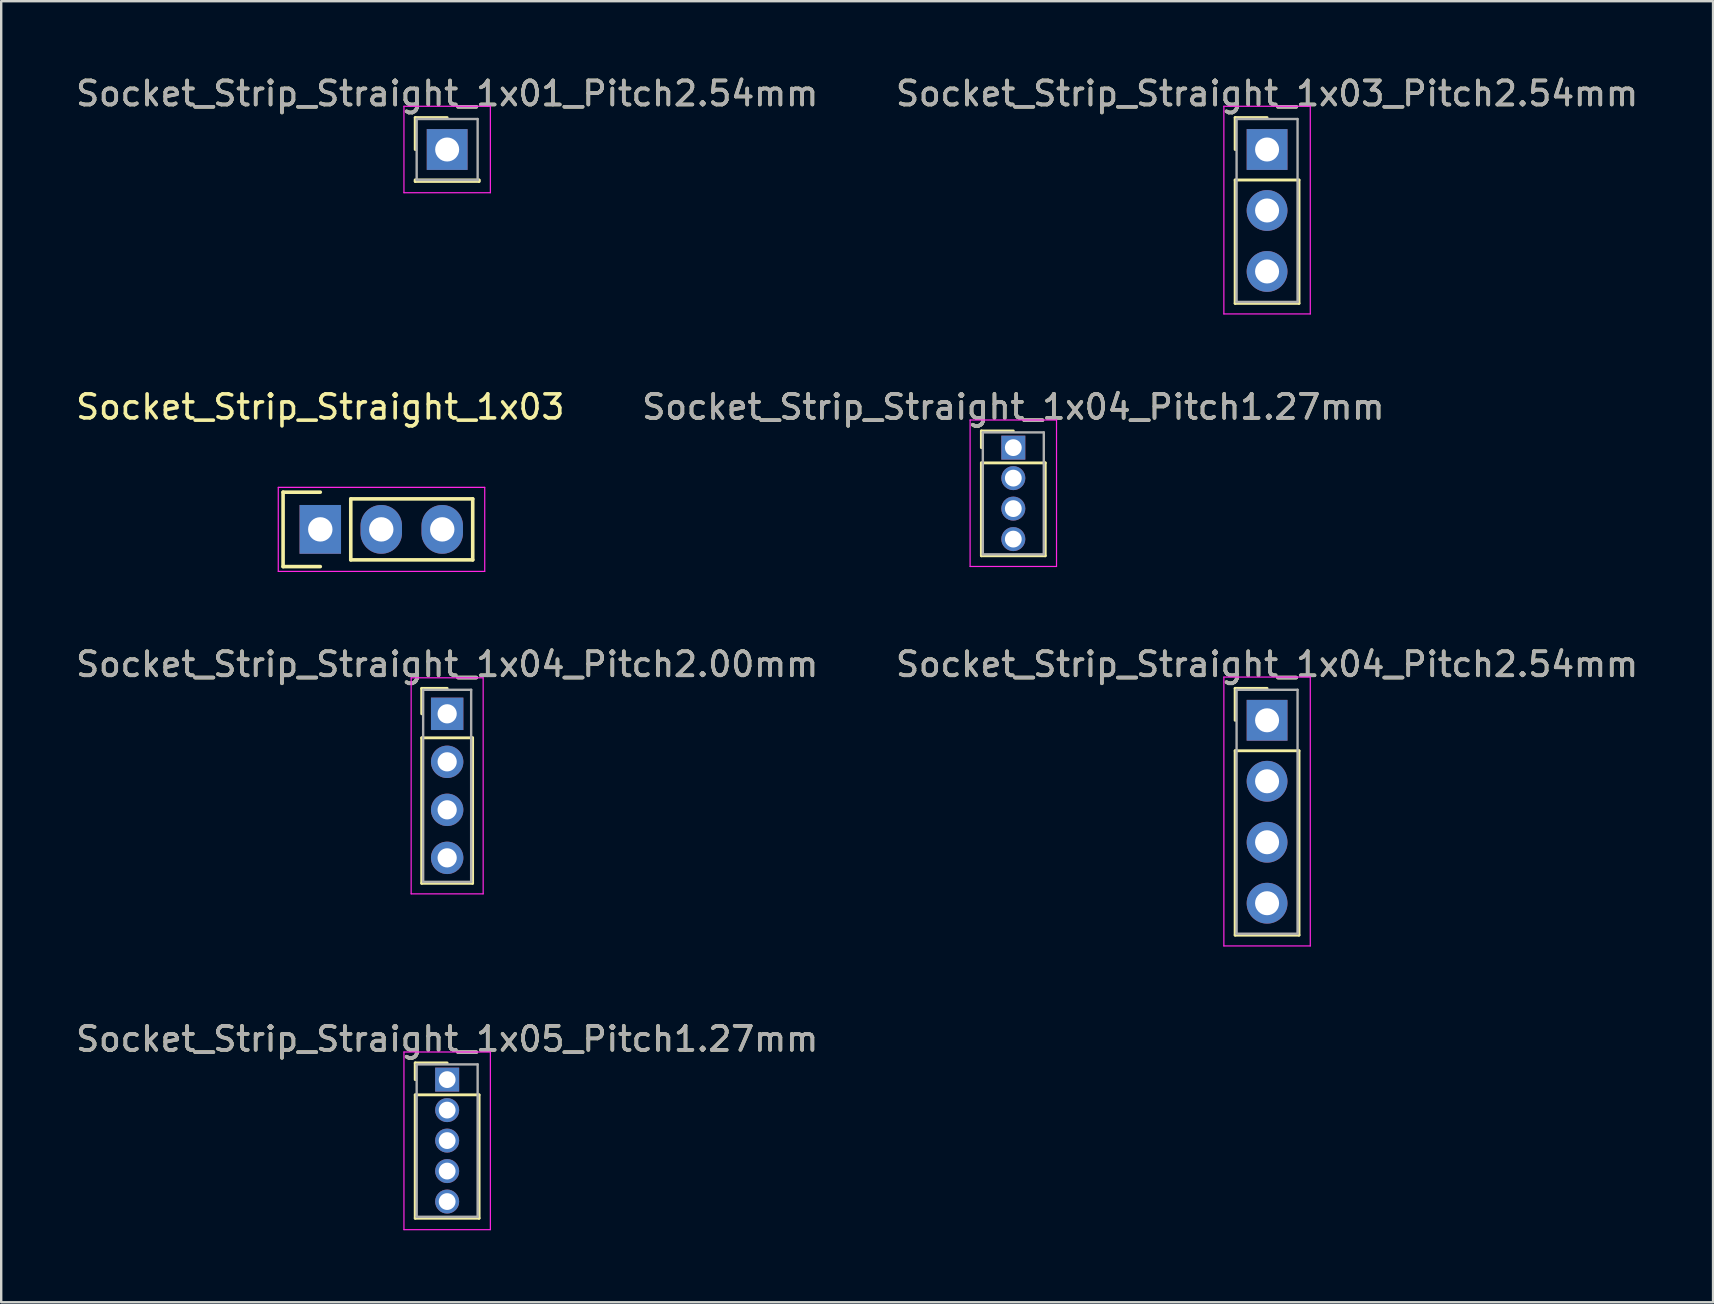
<source format=kicad_pcb>
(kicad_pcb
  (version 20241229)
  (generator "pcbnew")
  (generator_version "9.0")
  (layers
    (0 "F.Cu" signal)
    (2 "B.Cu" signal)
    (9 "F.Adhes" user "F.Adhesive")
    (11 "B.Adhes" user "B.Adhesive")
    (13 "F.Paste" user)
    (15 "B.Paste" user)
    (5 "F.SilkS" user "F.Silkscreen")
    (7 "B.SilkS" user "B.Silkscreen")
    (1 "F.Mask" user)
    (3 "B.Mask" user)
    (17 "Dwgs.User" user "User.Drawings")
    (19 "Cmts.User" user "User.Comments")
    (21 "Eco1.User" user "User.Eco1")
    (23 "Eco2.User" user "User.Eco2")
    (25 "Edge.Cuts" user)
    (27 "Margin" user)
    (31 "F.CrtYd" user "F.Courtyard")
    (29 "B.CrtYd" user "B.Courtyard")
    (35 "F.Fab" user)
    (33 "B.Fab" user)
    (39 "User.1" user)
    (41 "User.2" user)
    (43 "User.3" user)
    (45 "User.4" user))
  (footprint "Socket_Strip_Straight_1x04_Pitch2.54mm"
    (layer "F.Cu")
    (at 49.732 26.955)
    (property "Reference" "Socket_Strip_Straight_1x04_Pitch2.54mm" (at 0 -2.33 0) (layer "F.SilkS") (effects (font (size 1 1) (thickness 0.15))))
    (attr through_hole)
    (fp_line (start -1.33 -1.33) (end 0 -1.33) (stroke (width 0.12) (type solid)) (layer "F.SilkS"))
    (fp_line (start -1.33 0) (end -1.33 -1.33) (stroke (width 0.12) (type solid)) (layer "F.SilkS"))
    (fp_line (start -1.33 1.27) (end -1.33 8.95) (stroke (width 0.12) (type solid)) (layer "F.SilkS"))
    (fp_line (start -1.33 8.95) (end 1.33 8.95) (stroke (width 0.12) (type solid)) (layer "F.SilkS"))
    (fp_line (start 1.33 1.27) (end -1.33 1.27) (stroke (width 0.12) (type solid)) (layer "F.SilkS"))
    (fp_line (start 1.33 8.95) (end 1.33 1.27) (stroke (width 0.12) (type solid)) (layer "F.SilkS"))
    (fp_line (start -1.8 -1.8) (end -1.8 9.4) (stroke (width 0.05) (type solid)) (layer "F.CrtYd"))
    (fp_line (start -1.8 9.4) (end 1.8 9.4) (stroke (width 0.05) (type solid)) (layer "F.CrtYd"))
    (fp_line (start 1.8 -1.8) (end -1.8 -1.8) (stroke (width 0.05) (type solid)) (layer "F.CrtYd"))
    (fp_line (start 1.8 9.4) (end 1.8 -1.8) (stroke (width 0.05) (type solid)) (layer "F.CrtYd"))
    (fp_line (start -1.27 -1.27) (end -1.27 8.89) (stroke (width 0.1) (type solid)) (layer "F.Fab"))
    (fp_line (start -1.27 8.89) (end 1.27 8.89) (stroke (width 0.1) (type solid)) (layer "F.Fab"))
    (fp_line (start 1.27 -1.27) (end -1.27 -1.27) (stroke (width 0.1) (type solid)) (layer "F.Fab"))
    (fp_line (start 1.27 8.89) (end 1.27 -1.27) (stroke (width 0.1) (type solid)) (layer "F.Fab"))
    (fp_text user "${REFERENCE}" (at 0 -2.33 0) (layer "F.Fab") (effects (font (size 1 1) (thickness 0.15))))
    (pad "1" thru_hole rect (at 0 0) (size 1.7 1.7) (drill 1) (layers "*.Cu" "*.Mask"))
    (pad "2" thru_hole oval (at 0 2.54) (size 1.7 1.7) (drill 1) (layers "*.Cu" "*.Mask"))
    (pad "3" thru_hole oval (at 0 5.08) (size 1.7 1.7) (drill 1) (layers "*.Cu" "*.Mask"))
    (pad "4" thru_hole oval (at 0 7.62) (size 1.7 1.7) (drill 1) (layers "*.Cu" "*.Mask")))
  (footprint "Socket_Strip_Straight_1x03"
    (layer "F.Cu")
    (at 10.292 19.002)
    (property "Reference" "Socket_Strip_Straight_1x03" (at 0 -5.1 0) (layer "F.SilkS") (effects (font (size 1 1) (thickness 0.15))))
    (attr through_hole)
    (fp_line (start -1.55 -1.55) (end -1.55 1.55) (stroke (width 0.15) (type solid)) (layer "F.SilkS"))
    (fp_line (start -1.55 1.55) (end 0 1.55) (stroke (width 0.15) (type solid)) (layer "F.SilkS"))
    (fp_line (start 0 -1.55) (end -1.55 -1.55) (stroke (width 0.15) (type solid)) (layer "F.SilkS"))
    (fp_line (start 1.27 -1.27) (end 6.35 -1.27) (stroke (width 0.15) (type solid)) (layer "F.SilkS"))
    (fp_line (start 1.27 1.27) (end 1.27 -1.27) (stroke (width 0.15) (type solid)) (layer "F.SilkS"))
    (fp_line (start 6.35 -1.27) (end 6.35 1.27) (stroke (width 0.15) (type solid)) (layer "F.SilkS"))
    (fp_line (start 6.35 1.27) (end 1.27 1.27) (stroke (width 0.15) (type solid)) (layer "F.SilkS"))
    (fp_line (start -1.75 -1.75) (end -1.75 1.75) (stroke (width 0.05) (type solid)) (layer "F.CrtYd"))
    (fp_line (start -1.75 -1.75) (end 6.85 -1.75) (stroke (width 0.05) (type solid)) (layer "F.CrtYd"))
    (fp_line (start -1.75 1.75) (end 6.85 1.75) (stroke (width 0.05) (type solid)) (layer "F.CrtYd"))
    (fp_line (start 6.85 -1.75) (end 6.85 1.75) (stroke (width 0.05) (type solid)) (layer "F.CrtYd"))
    (pad "1" thru_hole rect (at 0 0) (size 1.727 2.032) (drill 1.016) (layers "*.Cu" "*.Mask"))
    (pad "2" thru_hole oval (at 2.54 0) (size 1.727 2.032) (drill 1.016) (layers "*.Cu" "*.Mask"))
    (pad "3" thru_hole oval (at 5.08 0) (size 1.727 2.032) (drill 1.016) (layers "*.Cu" "*.Mask")))
  (footprint "Socket_Strip_Straight_1x05_Pitch1.27mm"
    (layer "F.Cu")
    (at 15.577 41.923)
    (property "Reference" "Socket_Strip_Straight_1x05_Pitch1.27mm" (at 0 -1.695 0) (layer "F.SilkS") (effects (font (size 1 1) (thickness 0.15))))
    (attr through_hole)
    (fp_line (start -1.33 -0.695) (end 0 -0.695) (stroke (width 0.12) (type solid)) (layer "F.SilkS"))
    (fp_line (start -1.33 0) (end -1.33 -0.695) (stroke (width 0.12) (type solid)) (layer "F.SilkS"))
    (fp_line (start -1.33 0.635) (end -1.33 5.775) (stroke (width 0.12) (type solid)) (layer "F.SilkS"))
    (fp_line (start -1.33 5.775) (end 1.33 5.775) (stroke (width 0.12) (type solid)) (layer "F.SilkS"))
    (fp_line (start 1.33 0.635) (end -1.33 0.635) (stroke (width 0.12) (type solid)) (layer "F.SilkS"))
    (fp_line (start 1.33 5.775) (end 1.33 0.635) (stroke (width 0.12) (type solid)) (layer "F.SilkS"))
    (fp_line (start -1.8 -1.15) (end -1.8 6.25) (stroke (width 0.05) (type solid)) (layer "F.CrtYd"))
    (fp_line (start -1.8 6.25) (end 1.8 6.25) (stroke (width 0.05) (type solid)) (layer "F.CrtYd"))
    (fp_line (start 1.8 -1.15) (end -1.8 -1.15) (stroke (width 0.05) (type solid)) (layer "F.CrtYd"))
    (fp_line (start 1.8 6.25) (end 1.8 -1.15) (stroke (width 0.05) (type solid)) (layer "F.CrtYd"))
    (fp_line (start -1.27 -0.635) (end -1.27 5.715) (stroke (width 0.1) (type solid)) (layer "F.Fab"))
    (fp_line (start -1.27 5.715) (end 1.27 5.715) (stroke (width 0.1) (type solid)) (layer "F.Fab"))
    (fp_line (start 1.27 -0.635) (end -1.27 -0.635) (stroke (width 0.1) (type solid)) (layer "F.Fab"))
    (fp_line (start 1.27 5.715) (end 1.27 -0.635) (stroke (width 0.1) (type solid)) (layer "F.Fab"))
    (fp_text user "${REFERENCE}" (at 0 -1.695 0) (layer "F.Fab") (effects (font (size 1 1) (thickness 0.15))))
    (pad "1" thru_hole rect (at 0 0) (size 1 1) (drill 0.7) (layers "*.Cu" "*.Mask"))
    (pad "2" thru_hole oval (at 0 1.27) (size 1 1) (drill 0.7) (layers "*.Cu" "*.Mask"))
    (pad "3" thru_hole oval (at 0 2.54) (size 1 1) (drill 0.7) (layers "*.Cu" "*.Mask"))
    (pad "4" thru_hole oval (at 0 3.81) (size 1 1) (drill 0.7) (layers "*.Cu" "*.Mask"))
    (pad "5" thru_hole oval (at 0 5.08) (size 1 1) (drill 0.7) (layers "*.Cu" "*.Mask")))
  (footprint "Socket_Strip_Straight_1x04_Pitch1.27mm"
    (layer "F.Cu")
    (at 39.161 15.597)
    (property "Reference" "Socket_Strip_Straight_1x04_Pitch1.27mm" (at 0 -1.695 0) (layer "F.SilkS") (effects (font (size 1 1) (thickness 0.15))))
    (attr through_hole)
    (fp_line (start -1.33 -0.695) (end 0 -0.695) (stroke (width 0.12) (type solid)) (layer "F.SilkS"))
    (fp_line (start -1.33 0) (end -1.33 -0.695) (stroke (width 0.12) (type solid)) (layer "F.SilkS"))
    (fp_line (start -1.33 0.635) (end -1.33 4.505) (stroke (width 0.12) (type solid)) (layer "F.SilkS"))
    (fp_line (start -1.33 4.505) (end 1.33 4.505) (stroke (width 0.12) (type solid)) (layer "F.SilkS"))
    (fp_line (start 1.33 0.635) (end -1.33 0.635) (stroke (width 0.12) (type solid)) (layer "F.SilkS"))
    (fp_line (start 1.33 4.505) (end 1.33 0.635) (stroke (width 0.12) (type solid)) (layer "F.SilkS"))
    (fp_line (start -1.8 -1.15) (end -1.8 4.95) (stroke (width 0.05) (type solid)) (layer "F.CrtYd"))
    (fp_line (start -1.8 4.95) (end 1.8 4.95) (stroke (width 0.05) (type solid)) (layer "F.CrtYd"))
    (fp_line (start 1.8 -1.15) (end -1.8 -1.15) (stroke (width 0.05) (type solid)) (layer "F.CrtYd"))
    (fp_line (start 1.8 4.95) (end 1.8 -1.15) (stroke (width 0.05) (type solid)) (layer "F.CrtYd"))
    (fp_line (start -1.27 -0.635) (end -1.27 4.445) (stroke (width 0.1) (type solid)) (layer "F.Fab"))
    (fp_line (start -1.27 4.445) (end 1.27 4.445) (stroke (width 0.1) (type solid)) (layer "F.Fab"))
    (fp_line (start 1.27 -0.635) (end -1.27 -0.635) (stroke (width 0.1) (type solid)) (layer "F.Fab"))
    (fp_line (start 1.27 4.445) (end 1.27 -0.635) (stroke (width 0.1) (type solid)) (layer "F.Fab"))
    (fp_text user "${REFERENCE}" (at 0 -1.695 0) (layer "F.Fab") (effects (font (size 1 1) (thickness 0.15))))
    (pad "1" thru_hole rect (at 0 0) (size 1 1) (drill 0.7) (layers "*.Cu" "*.Mask"))
    (pad "2" thru_hole oval (at 0 1.27) (size 1 1) (drill 0.7) (layers "*.Cu" "*.Mask"))
    (pad "3" thru_hole oval (at 0 2.54) (size 1 1) (drill 0.7) (layers "*.Cu" "*.Mask"))
    (pad "4" thru_hole oval (at 0 3.81) (size 1 1) (drill 0.7) (layers "*.Cu" "*.Mask")))
  (footprint "Socket_Strip_Straight_1x01_Pitch2.54mm"
    (layer "F.Cu")
    (at 15.577 3.178)
    (property "Reference" "Socket_Strip_Straight_1x01_Pitch2.54mm" (at 0 -2.33 0) (layer "F.SilkS") (effects (font (size 1 1) (thickness 0.15))))
    (attr through_hole)
    (fp_line (start -1.33 -1.33) (end 0 -1.33) (stroke (width 0.12) (type solid)) (layer "F.SilkS"))
    (fp_line (start -1.33 0) (end -1.33 -1.33) (stroke (width 0.12) (type solid)) (layer "F.SilkS"))
    (fp_line (start -1.33 1.27) (end -1.33 1.33) (stroke (width 0.12) (type solid)) (layer "F.SilkS"))
    (fp_line (start -1.33 1.33) (end 1.33 1.33) (stroke (width 0.12) (type solid)) (layer "F.SilkS"))
    (fp_line (start 1.33 1.27) (end -1.33 1.27) (stroke (width 0.12) (type solid)) (layer "F.SilkS"))
    (fp_line (start 1.33 1.33) (end 1.33 1.27) (stroke (width 0.12) (type solid)) (layer "F.SilkS"))
    (fp_line (start -1.8 -1.8) (end -1.8 1.8) (stroke (width 0.05) (type solid)) (layer "F.CrtYd"))
    (fp_line (start -1.8 1.8) (end 1.8 1.8) (stroke (width 0.05) (type solid)) (layer "F.CrtYd"))
    (fp_line (start 1.8 -1.8) (end -1.8 -1.8) (stroke (width 0.05) (type solid)) (layer "F.CrtYd"))
    (fp_line (start 1.8 1.8) (end 1.8 -1.8) (stroke (width 0.05) (type solid)) (layer "F.CrtYd"))
    (fp_line (start -1.27 -1.27) (end -1.27 1.27) (stroke (width 0.1) (type solid)) (layer "F.Fab"))
    (fp_line (start -1.27 1.27) (end 1.27 1.27) (stroke (width 0.1) (type solid)) (layer "F.Fab"))
    (fp_line (start 1.27 -1.27) (end -1.27 -1.27) (stroke (width 0.1) (type solid)) (layer "F.Fab"))
    (fp_line (start 1.27 1.27) (end 1.27 -1.27) (stroke (width 0.1) (type solid)) (layer "F.Fab"))
    (fp_text user "${REFERENCE}" (at 0 -2.33 0) (layer "F.Fab") (effects (font (size 1 1) (thickness 0.15))))
    (pad "1" thru_hole rect (at 0 0) (size 1.7 1.7) (drill 1) (layers "*.Cu" "*.Mask")))
  (footprint "Socket_Strip_Straight_1x03_Pitch2.54mm"
    (layer "F.Cu")
    (at 49.732 3.178)
    (property "Reference" "Socket_Strip_Straight_1x03_Pitch2.54mm" (at 0 -2.33 0) (layer "F.SilkS") (effects (font (size 1 1) (thickness 0.15))))
    (attr through_hole)
    (fp_line (start -1.33 -1.33) (end 0 -1.33) (stroke (width 0.12) (type solid)) (layer "F.SilkS"))
    (fp_line (start -1.33 0) (end -1.33 -1.33) (stroke (width 0.12) (type solid)) (layer "F.SilkS"))
    (fp_line (start -1.33 1.27) (end -1.33 6.41) (stroke (width 0.12) (type solid)) (layer "F.SilkS"))
    (fp_line (start -1.33 6.41) (end 1.33 6.41) (stroke (width 0.12) (type solid)) (layer "F.SilkS"))
    (fp_line (start 1.33 1.27) (end -1.33 1.27) (stroke (width 0.12) (type solid)) (layer "F.SilkS"))
    (fp_line (start 1.33 6.41) (end 1.33 1.27) (stroke (width 0.12) (type solid)) (layer "F.SilkS"))
    (fp_line (start -1.8 -1.8) (end -1.8 6.85) (stroke (width 0.05) (type solid)) (layer "F.CrtYd"))
    (fp_line (start -1.8 6.85) (end 1.8 6.85) (stroke (width 0.05) (type solid)) (layer "F.CrtYd"))
    (fp_line (start 1.8 -1.8) (end -1.8 -1.8) (stroke (width 0.05) (type solid)) (layer "F.CrtYd"))
    (fp_line (start 1.8 6.85) (end 1.8 -1.8) (stroke (width 0.05) (type solid)) (layer "F.CrtYd"))
    (fp_line (start -1.27 -1.27) (end -1.27 6.35) (stroke (width 0.1) (type solid)) (layer "F.Fab"))
    (fp_line (start -1.27 6.35) (end 1.27 6.35) (stroke (width 0.1) (type solid)) (layer "F.Fab"))
    (fp_line (start 1.27 -1.27) (end -1.27 -1.27) (stroke (width 0.1) (type solid)) (layer "F.Fab"))
    (fp_line (start 1.27 6.35) (end 1.27 -1.27) (stroke (width 0.1) (type solid)) (layer "F.Fab"))
    (fp_text user "${REFERENCE}" (at 0 -2.33 0) (layer "F.Fab") (effects (font (size 1 1) (thickness 0.15))))
    (pad "1" thru_hole rect (at 0 0) (size 1.7 1.7) (drill 1) (layers "*.Cu" "*.Mask"))
    (pad "2" thru_hole oval (at 0 2.54) (size 1.7 1.7) (drill 1) (layers "*.Cu" "*.Mask"))
    (pad "3" thru_hole oval (at 0 5.08) (size 1.7 1.7) (drill 1) (layers "*.Cu" "*.Mask")))
  (footprint "Socket_Strip_Straight_1x04_Pitch2.00mm"
    (layer "F.Cu")
    (at 15.577 26.685)
    (property "Reference" "Socket_Strip_Straight_1x04_Pitch2.00mm" (at 0 -2.06 0) (layer "F.SilkS") (effects (font (size 1 1) (thickness 0.15))))
    (attr through_hole)
    (fp_line (start -1.06 -1.06) (end 0 -1.06) (stroke (width 0.12) (type solid)) (layer "F.SilkS"))
    (fp_line (start -1.06 0) (end -1.06 -1.06) (stroke (width 0.12) (type solid)) (layer "F.SilkS"))
    (fp_line (start -1.06 1) (end -1.06 7.06) (stroke (width 0.12) (type solid)) (layer "F.SilkS"))
    (fp_line (start -1.06 7.06) (end 1.06 7.06) (stroke (width 0.12) (type solid)) (layer "F.SilkS"))
    (fp_line (start 1.06 1) (end -1.06 1) (stroke (width 0.12) (type solid)) (layer "F.SilkS"))
    (fp_line (start 1.06 7.06) (end 1.06 1) (stroke (width 0.12) (type solid)) (layer "F.SilkS"))
    (fp_line (start -1.5 -1.5) (end -1.5 7.5) (stroke (width 0.05) (type solid)) (layer "F.CrtYd"))
    (fp_line (start -1.5 7.5) (end 1.5 7.5) (stroke (width 0.05) (type solid)) (layer "F.CrtYd"))
    (fp_line (start 1.5 -1.5) (end -1.5 -1.5) (stroke (width 0.05) (type solid)) (layer "F.CrtYd"))
    (fp_line (start 1.5 7.5) (end 1.5 -1.5) (stroke (width 0.05) (type solid)) (layer "F.CrtYd"))
    (fp_line (start -1 -1) (end -1 7) (stroke (width 0.1) (type solid)) (layer "F.Fab"))
    (fp_line (start -1 7) (end 1 7) (stroke (width 0.1) (type solid)) (layer "F.Fab"))
    (fp_line (start 1 -1) (end -1 -1) (stroke (width 0.1) (type solid)) (layer "F.Fab"))
    (fp_line (start 1 7) (end 1 -1) (stroke (width 0.1) (type solid)) (layer "F.Fab"))
    (fp_text user "${REFERENCE}" (at 0 -2.06 0) (layer "F.Fab") (effects (font (size 1 1) (thickness 0.15))))
    (pad "1" thru_hole rect (at 0 0) (size 1.35 1.35) (drill 0.8) (layers "*.Cu" "*.Mask"))
    (pad "2" thru_hole oval (at 0 2) (size 1.35 1.35) (drill 0.8) (layers "*.Cu" "*.Mask"))
    (pad "3" thru_hole oval (at 0 4) (size 1.35 1.35) (drill 0.8) (layers "*.Cu" "*.Mask"))
    (pad "4" thru_hole oval (at 0 6) (size 1.35 1.35) (drill 0.8) (layers "*.Cu" "*.Mask")))
  (gr_rect
    (start -3 -3)
    (end 68.31 51.198)
    (stroke (width 0.1) (type default))
    (fill no)
    (layer "Edge.Cuts")))
</source>
